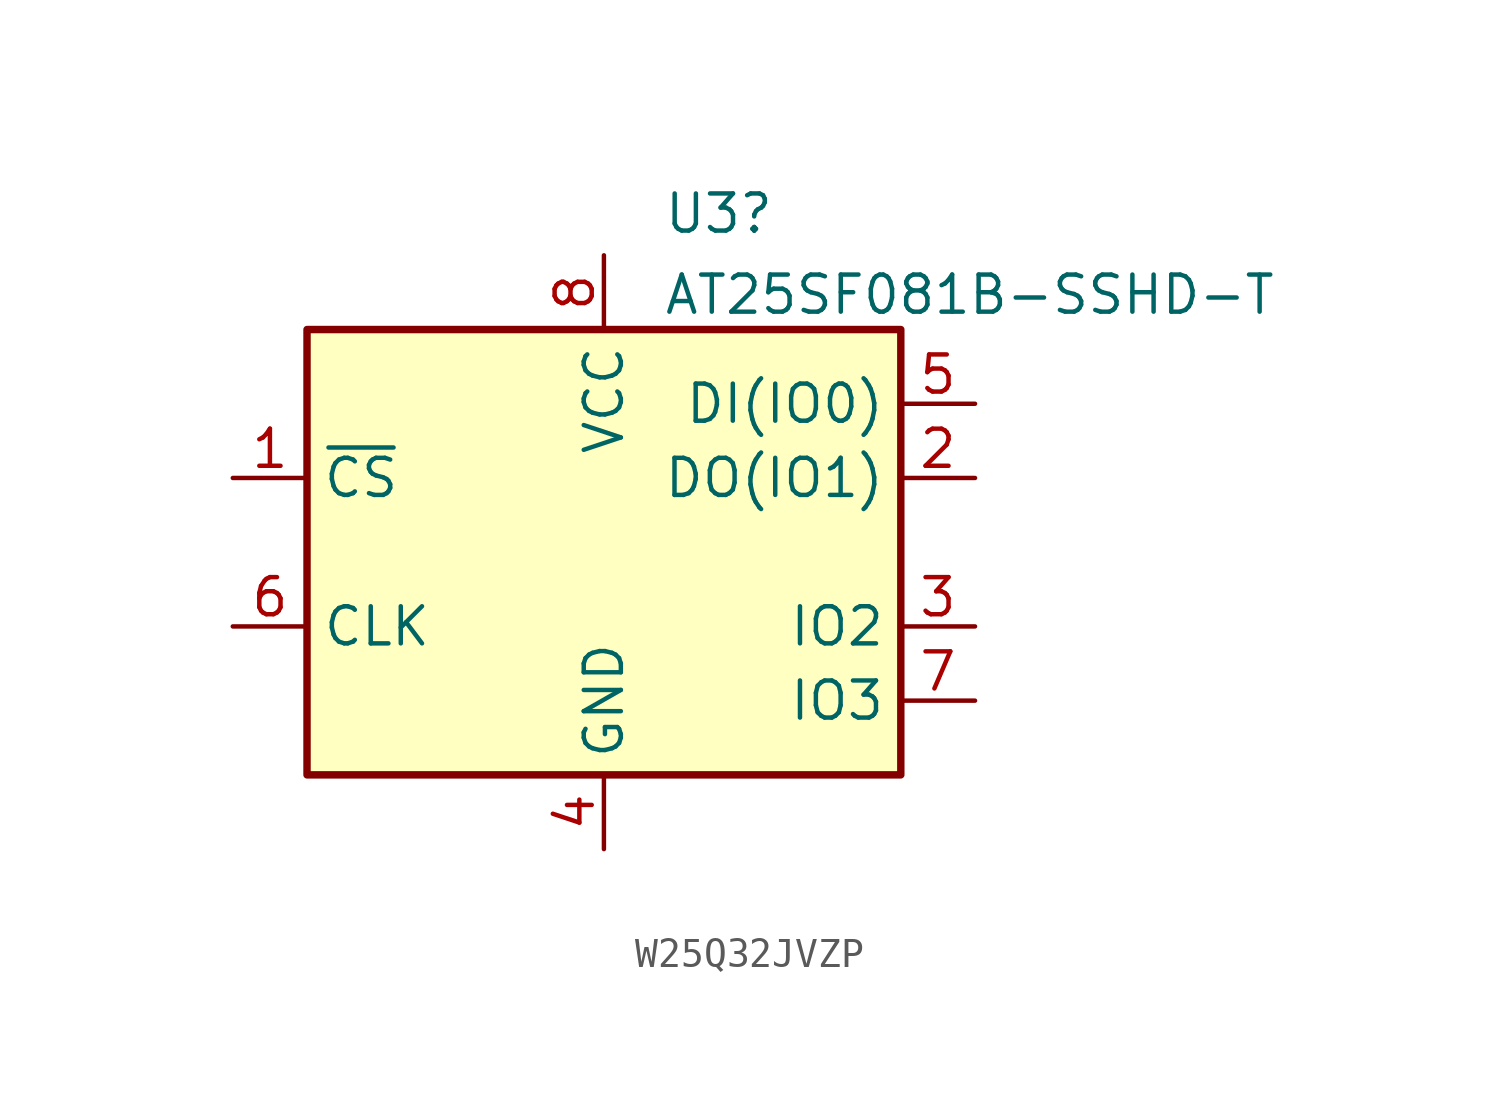
<source format=kicad_sym>
(kicad_symbol_lib
  (version 20211014)
  (generator kicad_symbol_editor)
  (symbol "W25Q32JVZP"
    (property "Reference" "U3"
      (at 2.019 11.586 0)
      (effects (font (size 1.27 1.27)) (justify left)))
    (property "Value" "AT25SF081B-SSHD-T"
      (at 2.019 8.811 0)
      (effects (font (size 1.27 1.27)) (justify left)))
    (symbol "W25Q32JVZP_0_1"
      (rectangle (start -10.16 7.62) (end 10.16 -7.62) (stroke (width 0.254) (type default) (color 0 0 0 0)) (fill (type background))))
    (symbol "W25Q32JVZP_1_1"
      (pin input line (at -12.7 2.54 0) (length 2.54) (name "~{CS}" (effects (font (size 1.27 1.27)))) (number "1" (effects (font (size 1.27 1.27)))))
      (pin bidirectional line (at 12.7 2.54 180) (length 2.54) (name "DO(IO1)" (effects (font (size 1.27 1.27)))) (number "2" (effects (font (size 1.27 1.27)))))
      (pin bidirectional line (at 12.7 -2.54 180) (length 2.54) (name "IO2" (effects (font (size 1.27 1.27)))) (number "3" (effects (font (size 1.27 1.27)))))
      (pin power_in line (at 0 -10.16 90) (length 2.54) (name "GND" (effects (font (size 1.27 1.27)))) (number "4" (effects (font (size 1.27 1.27)))))
      (pin bidirectional line (at 12.7 5.08 180) (length 2.54) (name "DI(IO0)" (effects (font (size 1.27 1.27)))) (number "5" (effects (font (size 1.27 1.27)))))
      (pin input line (at -12.7 -2.54 0) (length 2.54) (name "CLK" (effects (font (size 1.27 1.27)))) (number "6" (effects (font (size 1.27 1.27)))))
      (pin bidirectional line (at 12.7 -5.08 180) (length 2.54) (name "IO3" (effects (font (size 1.27 1.27)))) (number "7" (effects (font (size 1.27 1.27)))))
      (pin power_in line (at 0 10.16 270) (length 2.54) (name "VCC" (effects (font (size 1.27 1.27)))) (number "8" (effects (font (size 1.27 1.27))))))))
</source>
